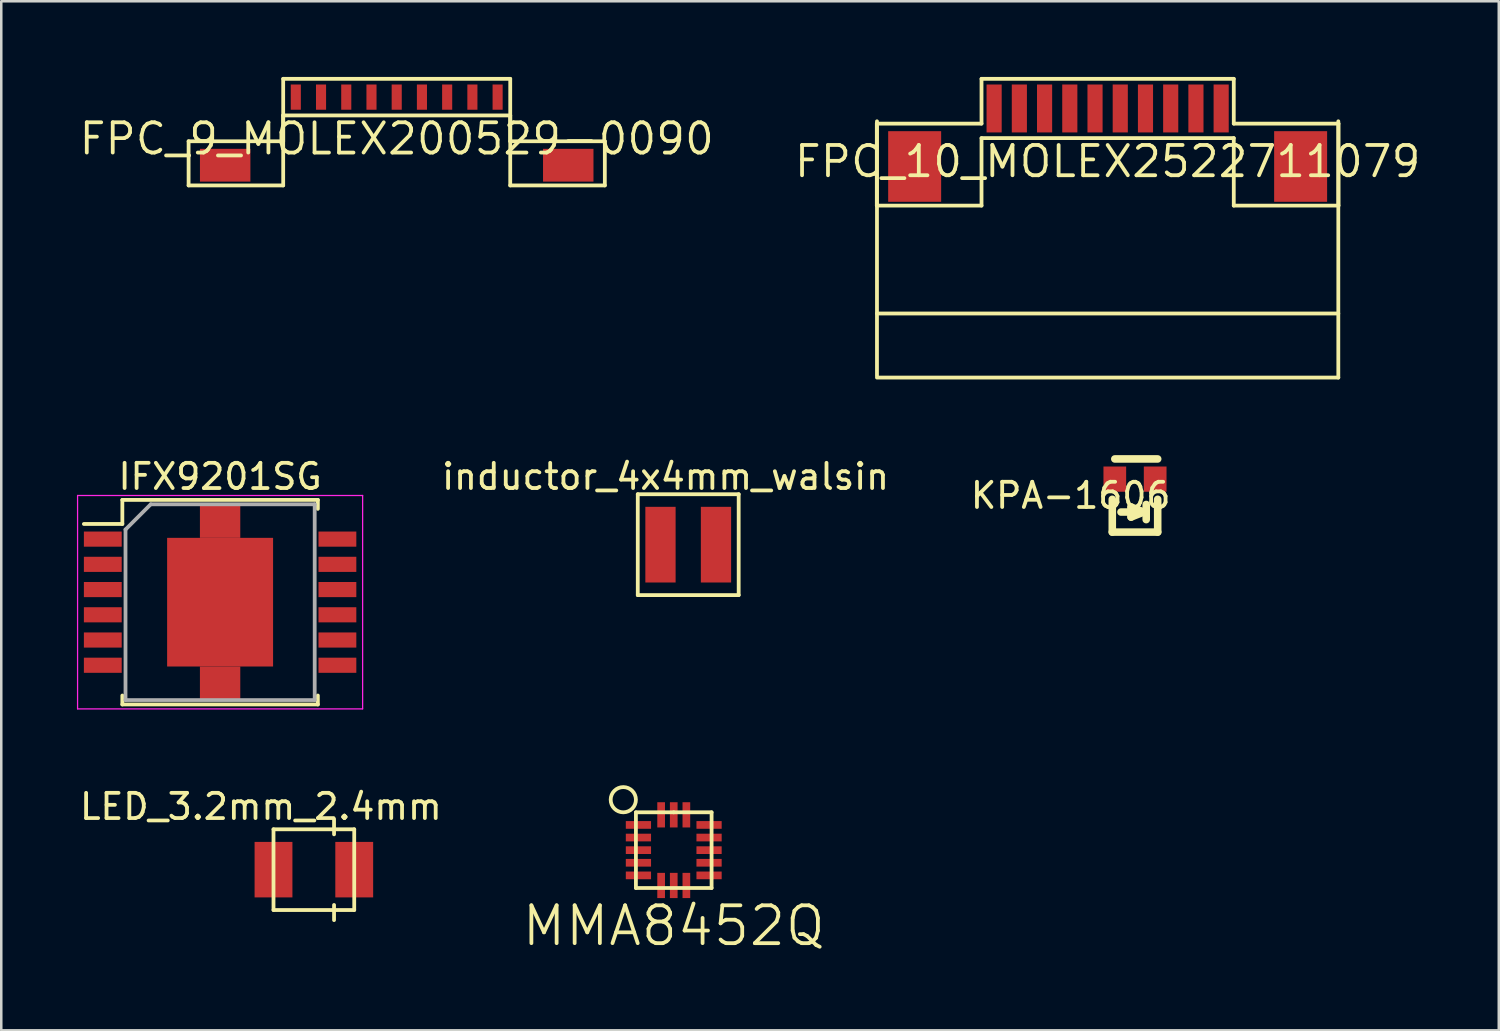
<source format=kicad_pcb>
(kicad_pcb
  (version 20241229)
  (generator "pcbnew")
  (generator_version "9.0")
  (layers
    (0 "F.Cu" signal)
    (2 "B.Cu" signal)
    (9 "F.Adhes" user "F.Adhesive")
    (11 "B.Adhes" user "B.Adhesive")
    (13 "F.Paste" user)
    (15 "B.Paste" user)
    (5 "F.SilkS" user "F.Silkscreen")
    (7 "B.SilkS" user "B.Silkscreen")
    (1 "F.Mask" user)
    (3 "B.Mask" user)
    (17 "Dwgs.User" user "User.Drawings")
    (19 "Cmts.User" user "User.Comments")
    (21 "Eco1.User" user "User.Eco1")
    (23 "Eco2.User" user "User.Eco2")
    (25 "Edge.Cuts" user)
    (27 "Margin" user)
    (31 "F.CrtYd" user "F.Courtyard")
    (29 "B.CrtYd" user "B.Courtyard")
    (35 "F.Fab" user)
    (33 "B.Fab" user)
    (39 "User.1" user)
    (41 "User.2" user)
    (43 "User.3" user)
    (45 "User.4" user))
  (footprint "FPC_10_MOLEX2522711079"
    (layer "F.Cu")
    (at 40.858 1.25)
    (property "Reference" "FPC_10_MOLEX2522711079" (at 0 2.1 0) (layer "F.SilkS") (effects (font (size 1.2 1.2) (thickness 0.15))))
    (attr through_hole)
    (fp_line (start -9.15 0.6) (end -5 0.6) (stroke (width 0.15) (type solid)) (layer "F.SilkS"))
    (fp_line (start -9.15 3.85) (end -9.15 0.6) (stroke (width 0.15) (type solid)) (layer "F.SilkS"))
    (fp_line (start -9.144 0.508) (end -9.144 10.6) (stroke (width 0.15) (type solid)) (layer "F.SilkS"))
    (fp_line (start -9.144 8.128) (end 9.144 8.128) (stroke (width 0.15) (type solid)) (layer "F.SilkS"))
    (fp_line (start -9.144 10.668) (end 9.144 10.668) (stroke (width 0.15) (type solid)) (layer "F.SilkS"))
    (fp_line (start -5 -1.175) (end 5 -1.175) (stroke (width 0.15) (type solid)) (layer "F.SilkS"))
    (fp_line (start -5 0.6) (end -5 -1.175) (stroke (width 0.15) (type solid)) (layer "F.SilkS"))
    (fp_line (start -5 1.175) (end -5 3.85) (stroke (width 0.15) (type solid)) (layer "F.SilkS"))
    (fp_line (start -5 1.175) (end 5 1.175) (stroke (width 0.15) (type solid)) (layer "F.SilkS"))
    (fp_line (start -5 3.85) (end -9.15 3.85) (stroke (width 0.15) (type solid)) (layer "F.SilkS"))
    (fp_line (start 5 0.6) (end 5 -1.175) (stroke (width 0.15) (type solid)) (layer "F.SilkS"))
    (fp_line (start 5 1.175) (end 5 3.85) (stroke (width 0.15) (type solid)) (layer "F.SilkS"))
    (fp_line (start 5 3.85) (end 9.15 3.85) (stroke (width 0.15) (type solid)) (layer "F.SilkS"))
    (fp_line (start 9.144 10.668) (end 9.144 0.508) (stroke (width 0.15) (type solid)) (layer "F.SilkS"))
    (fp_line (start 9.15 0.6) (end 5 0.6) (stroke (width 0.15) (type solid)) (layer "F.SilkS"))
    (fp_line (start 9.15 3.85) (end 9.15 0.6) (stroke (width 0.15) (type solid)) (layer "F.SilkS"))
    (pad "0" smd rect (at -7.65 2.3) (size 2.1 2.8) (layers "F.Cu" "F.Mask" "F.Paste"))
    (pad "0" smd rect (at 7.65 2.3) (size 2.1 2.8) (layers "F.Cu" "F.Mask" "F.Paste"))
    (pad "1" smd rect (at -4.5 0) (size 0.6 1.9) (layers "F.Cu" "F.Mask" "F.Paste"))
    (pad "2" smd rect (at -3.5 0) (size 0.6 1.9) (layers "F.Cu" "F.Mask" "F.Paste"))
    (pad "3" smd rect (at -2.5 0) (size 0.6 1.9) (layers "F.Cu" "F.Mask" "F.Paste"))
    (pad "4" smd rect (at -1.5 0) (size 0.6 1.9) (layers "F.Cu" "F.Mask" "F.Paste"))
    (pad "5" smd rect (at -0.5 0) (size 0.6 1.9) (layers "F.Cu" "F.Mask" "F.Paste"))
    (pad "6" smd rect (at 0.5 0) (size 0.6 1.9) (layers "F.Cu" "F.Mask" "F.Paste"))
    (pad "7" smd rect (at 1.5 0) (size 0.6 1.9) (layers "F.Cu" "F.Mask" "F.Paste"))
    (pad "8" smd rect (at 2.5 0) (size 0.6 1.9) (layers "F.Cu" "F.Mask" "F.Paste"))
    (pad "9" smd rect (at 3.5 0) (size 0.6 1.9) (layers "F.Cu" "F.Mask" "F.Paste"))
    (pad "10" smd rect (at 4.5 0) (size 0.6 1.9) (layers "F.Cu" "F.Mask" "F.Paste")))
  (footprint "LED_3.2mm_2.4mm"
    (layer "F.Cu")
    (at 7.792 31.424)
    (property "Reference" "LED_3.2mm_2.4mm" (at -0.5 -2.5 0) (layer "F.SilkS") (effects (font (size 1 1) (thickness 0.15))))
    (attr through_hole)
    (fp_line (start 0 -1.6) (end 3.2 -1.6) (stroke (width 0.15) (type solid)) (layer "F.SilkS"))
    (fp_line (start 0 1.6) (end 0 -1.6) (stroke (width 0.15) (type solid)) (layer "F.SilkS"))
    (fp_line (start 2.4 -1.4) (end 2.4 -2) (stroke (width 0.15) (type solid)) (layer "F.SilkS"))
    (fp_line (start 2.4 1.4) (end 2.4 2) (stroke (width 0.15) (type solid)) (layer "F.SilkS"))
    (fp_line (start 3.2 -1.6) (end 3.2 1.6) (stroke (width 0.15) (type solid)) (layer "F.SilkS"))
    (fp_line (start 3.2 1.6) (end 0 1.6) (stroke (width 0.15) (type solid)) (layer "F.SilkS"))
    (pad "1" smd rect (at 0 0) (size 1.5 2.2) (layers "F.Cu" "F.Mask" "F.Paste"))
    (pad "2" smd rect (at 3.2 0) (size 1.5 2.2) (layers "F.Cu" "F.Mask" "F.Paste")))
  (footprint "MMA8452Q"
    (layer "F.Cu")
    (at 23.658 30.651)
    (property "Reference" "MMA8452Q" (at 0 3 0) (layer "F.SilkS") (effects (font (size 1.5 1.5) (thickness 0.15))))
    (attr through_hole)
    (fp_line (start -1.5 -1.5) (end 0 -1.5) (stroke (width 0.15) (type solid)) (layer "F.SilkS"))
    (fp_line (start -1.5 1.5) (end -1.5 -1.5) (stroke (width 0.15) (type solid)) (layer "F.SilkS"))
    (fp_line (start 0 -1.5) (end 1.5 -1.5) (stroke (width 0.15) (type solid)) (layer "F.SilkS"))
    (fp_line (start 1.5 -1.5) (end 1.5 1.5) (stroke (width 0.15) (type solid)) (layer "F.SilkS"))
    (fp_line (start 1.5 1.5) (end -1.5 1.5) (stroke (width 0.15) (type solid)) (layer "F.SilkS"))
    (fp_circle (center -2 -2) (end -1.5 -2) (stroke (width 0.15) (type solid)) (fill no) (layer "F.SilkS"))
    (pad "1" smd rect (at -1.4 -1 90) (size 0.305 1) (layers "F.Cu" "F.Mask" "F.Paste"))
    (pad "2" smd rect (at -1.4 -0.5 90) (size 0.305 1) (layers "F.Cu" "F.Mask" "F.Paste"))
    (pad "3" smd rect (at -1.4 0 90) (size 0.305 1) (layers "F.Cu" "F.Mask" "F.Paste"))
    (pad "4" smd rect (at -1.4 0.5 90) (size 0.305 1) (layers "F.Cu" "F.Mask" "F.Paste"))
    (pad "5" smd rect (at -1.4 1 90) (size 0.305 1) (layers "F.Cu" "F.Mask" "F.Paste"))
    (pad "6" smd rect (at -0.5 1.4) (size 0.305 1) (layers "F.Cu" "F.Mask" "F.Paste"))
    (pad "7" smd rect (at 0 1.4) (size 0.305 1) (layers "F.Cu" "F.Mask" "F.Paste"))
    (pad "8" smd rect (at 0.5 1.4) (size 0.305 1) (layers "F.Cu" "F.Mask" "F.Paste"))
    (pad "9" smd rect (at 1.4 1 90) (size 0.305 1) (layers "F.Cu" "F.Mask" "F.Paste"))
    (pad "10" smd rect (at 1.4 0.5 90) (size 0.305 1) (layers "F.Cu" "F.Mask" "F.Paste"))
    (pad "11" smd rect (at 1.4 0 90) (size 0.305 1) (layers "F.Cu" "F.Mask" "F.Paste"))
    (pad "12" smd rect (at 1.4 -0.5 90) (size 0.305 1) (layers "F.Cu" "F.Mask" "F.Paste"))
    (pad "13" smd rect (at 1.4 -1 90) (size 0.305 1) (layers "F.Cu" "F.Mask" "F.Paste"))
    (pad "14" smd rect (at 0.5 -1.4) (size 0.305 1) (layers "F.Cu" "F.Mask" "F.Paste"))
    (pad "15" smd rect (at 0 -1.4) (size 0.305 1) (layers "F.Cu" "F.Mask" "F.Paste"))
    (pad "16" smd rect (at -0.5 -1.4) (size 0.305 1) (layers "F.Cu" "F.Mask" "F.Paste")))
  (footprint "FPC_9_MOLEX200529-0090"
    (layer "F.Cu")
    (at 12.676 0.8)
    (property "Reference" "FPC_9_MOLEX200529-0090" (at 0 1.65 0) (layer "F.SilkS") (effects (font (size 1.2 1.2) (thickness 0.15))))
    (attr through_hole)
    (fp_line (start -8.25 1.75) (end -4.5 1.75) (stroke (width 0.15) (type solid)) (layer "F.SilkS"))
    (fp_line (start -8.25 3.5) (end -8.25 1.75) (stroke (width 0.15) (type solid)) (layer "F.SilkS"))
    (fp_line (start -4.5 -0.725) (end 4.5 -0.725) (stroke (width 0.15) (type solid)) (layer "F.SilkS"))
    (fp_line (start -4.5 0.725) (end -4.5 3.5) (stroke (width 0.15) (type solid)) (layer "F.SilkS"))
    (fp_line (start -4.5 0.725) (end 4.5 0.725) (stroke (width 0.15) (type solid)) (layer "F.SilkS"))
    (fp_line (start -4.5 1.75) (end -4.5 -0.725) (stroke (width 0.15) (type solid)) (layer "F.SilkS"))
    (fp_line (start -4.5 3.5) (end -8.25 3.5) (stroke (width 0.15) (type solid)) (layer "F.SilkS"))
    (fp_line (start 4.5 0.725) (end 4.5 3.5) (stroke (width 0.15) (type solid)) (layer "F.SilkS"))
    (fp_line (start 4.5 1.75) (end 4.5 -0.725) (stroke (width 0.15) (type solid)) (layer "F.SilkS"))
    (fp_line (start 4.5 3.5) (end 8.25 3.5) (stroke (width 0.15) (type solid)) (layer "F.SilkS"))
    (fp_line (start 8.25 1.75) (end 4.5 1.75) (stroke (width 0.15) (type solid)) (layer "F.SilkS"))
    (fp_line (start 8.25 3.5) (end 8.25 1.75) (stroke (width 0.15) (type solid)) (layer "F.SilkS"))
    (pad "0" smd rect (at -6.8 2.7) (size 2 1.3) (layers "F.Cu" "F.Mask" "F.Paste"))
    (pad "0" smd rect (at 6.8 2.7) (size 2 1.3) (layers "F.Cu" "F.Mask" "F.Paste"))
    (pad "1" smd rect (at -4 0) (size 0.4 1) (layers "F.Cu" "F.Mask" "F.Paste"))
    (pad "2" smd rect (at -3 0) (size 0.4 1) (layers "F.Cu" "F.Mask" "F.Paste"))
    (pad "3" smd rect (at -2 0) (size 0.4 1) (layers "F.Cu" "F.Mask" "F.Paste"))
    (pad "4" smd rect (at -1 0) (size 0.4 1) (layers "F.Cu" "F.Mask" "F.Paste"))
    (pad "5" smd rect (at 0 0) (size 0.4 1) (layers "F.Cu" "F.Mask" "F.Paste"))
    (pad "6" smd rect (at 1 0) (size 0.4 1) (layers "F.Cu" "F.Mask" "F.Paste"))
    (pad "7" smd rect (at 2 0) (size 0.4 1) (layers "F.Cu" "F.Mask" "F.Paste"))
    (pad "8" smd rect (at 3 0) (size 0.4 1) (layers "F.Cu" "F.Mask" "F.Paste"))
    (pad "9" smd rect (at 4 0) (size 0.4 1) (layers "F.Cu" "F.Mask" "F.Paste")))
  (footprint "inductor_4x4mm_walsin"
    (layer "F.Cu")
    (at 23.132 18.541)
    (property "Reference" "inductor_4x4mm_walsin" (at 0.2 -2.7 0) (layer "F.SilkS") (effects (font (size 1 1) (thickness 0.15))))
    (attr through_hole)
    (fp_line (start -0.9 -2) (end 3.1 -2) (stroke (width 0.15) (type solid)) (layer "F.SilkS"))
    (fp_line (start -0.9 2) (end -0.9 -2) (stroke (width 0.15) (type solid)) (layer "F.SilkS"))
    (fp_line (start 3.1 -2) (end 3.1 2) (stroke (width 0.15) (type solid)) (layer "F.SilkS"))
    (fp_line (start 3.1 2) (end -0.9 2) (stroke (width 0.15) (type solid)) (layer "F.SilkS"))
    (pad "1" smd rect (at 0 0) (size 1.2 3) (layers "F.Cu" "F.Mask" "F.Paste"))
    (pad "2" smd rect (at 2.2 0) (size 1.2 3) (layers "F.Cu" "F.Mask" "F.Paste")))
  (footprint "IFX9201SG"
    (layer "F.Cu")
    (at 5.675 20.821)
    (property "Reference" "IFX9201SG" (at 0 -4.98 0) (layer "F.SilkS") (effects (font (size 1 1) (thickness 0.15))))
    (attr smd)
    (fp_line (start -3.875 -4.055) (end -3.875 -3.1) (stroke (width 0.15) (type solid)) (layer "F.SilkS"))
    (fp_line (start -3.875 -4.055) (end 3.875 -4.055) (stroke (width 0.15) (type solid)) (layer "F.SilkS"))
    (fp_line (start -3.875 -3.1) (end -5.4 -3.1) (stroke (width 0.15) (type solid)) (layer "F.SilkS"))
    (fp_line (start -3.875 4.055) (end -3.875 3.7) (stroke (width 0.15) (type solid)) (layer "F.SilkS"))
    (fp_line (start -3.875 4.055) (end 3.875 4.055) (stroke (width 0.15) (type solid)) (layer "F.SilkS"))
    (fp_line (start 3.875 -4.055) (end 3.875 -3.7) (stroke (width 0.15) (type solid)) (layer "F.SilkS"))
    (fp_line (start 3.875 4.055) (end 3.875 3.7) (stroke (width 0.15) (type solid)) (layer "F.SilkS"))
    (fp_line (start -5.65 -4.23) (end -5.65 4.23) (stroke (width 0.05) (type solid)) (layer "F.CrtYd"))
    (fp_line (start -5.65 -4.23) (end 5.65 -4.23) (stroke (width 0.05) (type solid)) (layer "F.CrtYd"))
    (fp_line (start -5.65 4.23) (end 5.65 4.23) (stroke (width 0.05) (type solid)) (layer "F.CrtYd"))
    (fp_line (start 5.65 -4.23) (end 5.65 4.23) (stroke (width 0.05) (type solid)) (layer "F.CrtYd"))
    (fp_line (start -3.75 -2.88) (end -2.75 -3.88) (stroke (width 0.15) (type solid)) (layer "F.Fab"))
    (fp_line (start -3.75 3.88) (end -3.75 -2.88) (stroke (width 0.15) (type solid)) (layer "F.Fab"))
    (fp_line (start -2.75 -3.88) (end 3.75 -3.88) (stroke (width 0.15) (type solid)) (layer "F.Fab"))
    (fp_line (start 3.75 -3.88) (end 3.75 3.88) (stroke (width 0.15) (type solid)) (layer "F.Fab"))
    (fp_line (start 3.75 3.88) (end -3.75 3.88) (stroke (width 0.15) (type solid)) (layer "F.Fab"))
    (pad "1" smd rect (at -4.65 -2.5) (size 1.5 0.6) (layers "F.Cu" "F.Mask"))
    (pad "2" smd rect (at -4.65 -1.5) (size 1.5 0.6) (layers "F.Cu" "F.Mask"))
    (pad "3" smd rect (at -4.65 -0.5) (size 1.5 0.6) (layers "F.Cu" "F.Mask"))
    (pad "4" smd rect (at -4.65 0.5) (size 1.5 0.6) (layers "F.Cu" "F.Mask"))
    (pad "5" smd rect (at -4.65 1.5) (size 1.5 0.6) (layers "F.Cu" "F.Mask"))
    (pad "6" smd rect (at -4.65 2.5) (size 1.5 0.6) (layers "F.Cu" "F.Mask"))
    (pad "7" smd rect (at 4.65 2.5) (size 1.5 0.6) (layers "F.Cu" "F.Mask"))
    (pad "8" smd rect (at 4.65 1.5) (size 1.5 0.6) (layers "F.Cu" "F.Mask"))
    (pad "9" smd rect (at 4.65 0.5) (size 1.5 0.6) (layers "F.Cu" "F.Mask"))
    (pad "10" smd rect (at 4.65 -0.5) (size 1.5 0.6) (layers "F.Cu" "F.Mask"))
    (pad "11" smd rect (at 4.65 -1.5) (size 1.5 0.6) (layers "F.Cu" "F.Mask"))
    (pad "12" smd rect (at 4.65 -2.5) (size 1.5 0.6) (layers "F.Cu" "F.Mask"))
    (pad "13" smd rect (at 0 -3.225) (size 1.6 1.35) (layers "F.Cu" "F.Mask"))
    (pad "13" smd rect (at 0 0) (size 4.2 5.1) (layers "F.Cu" "F.Mask"))
    (pad "13" smd rect (at 0 3.225) (size 1.6 1.35) (layers "F.Cu" "F.Mask")))
  (footprint "KPA-1606"
    (layer "F.Cu")
    (at 41.142 15.943)
    (property "Reference" "KPA-1606" (at -1.75 0.65 0) (layer "F.SilkS") (effects (font (size 1 1) (thickness 0.15))))
    (attr through_hole)
    (fp_line (start -0.1 0.8) (end -0.1 2.1) (stroke (width 0.3) (type solid)) (layer "F.SilkS"))
    (fp_line (start -0.1 2.1) (end 1.7 2.1) (stroke (width 0.3) (type solid)) (layer "F.SilkS"))
    (fp_line (start 0 -0.8) (end 1.7 -0.8) (stroke (width 0.3) (type solid)) (layer "F.SilkS"))
    (fp_line (start 0.545 1.305) (end 0.245 1.305) (stroke (width 0.3) (type solid)) (layer "F.SilkS"))
    (fp_line (start 0.645 1.105) (end 1.145 1.305) (stroke (width 0.3) (type solid)) (layer "F.SilkS"))
    (fp_line (start 0.645 1.505) (end 0.645 1.105) (stroke (width 0.3) (type solid)) (layer "F.SilkS"))
    (fp_line (start 1.145 1.305) (end 0.645 1.505) (stroke (width 0.3) (type solid)) (layer "F.SilkS"))
    (fp_line (start 1.245 1.605) (end 1.245 1.005) (stroke (width 0.3) (type solid)) (layer "F.SilkS"))
    (fp_line (start 1.7 2.1) (end 1.7 0.8) (stroke (width 0.3) (type solid)) (layer "F.SilkS"))
    (pad "1" smd rect (at 1.6 0) (size 0.9 1) (layers "F.Cu" "F.Mask" "F.Paste"))
    (pad "2" smd rect (at 0 0) (size 0.9 1) (layers "F.Cu" "F.Mask" "F.Paste")))
  (gr_rect
    (start -3 -3)
    (end 56.363 37.792)
    (stroke (width 0.1) (type default))
    (fill no)
    (layer "Edge.Cuts")))
</source>
